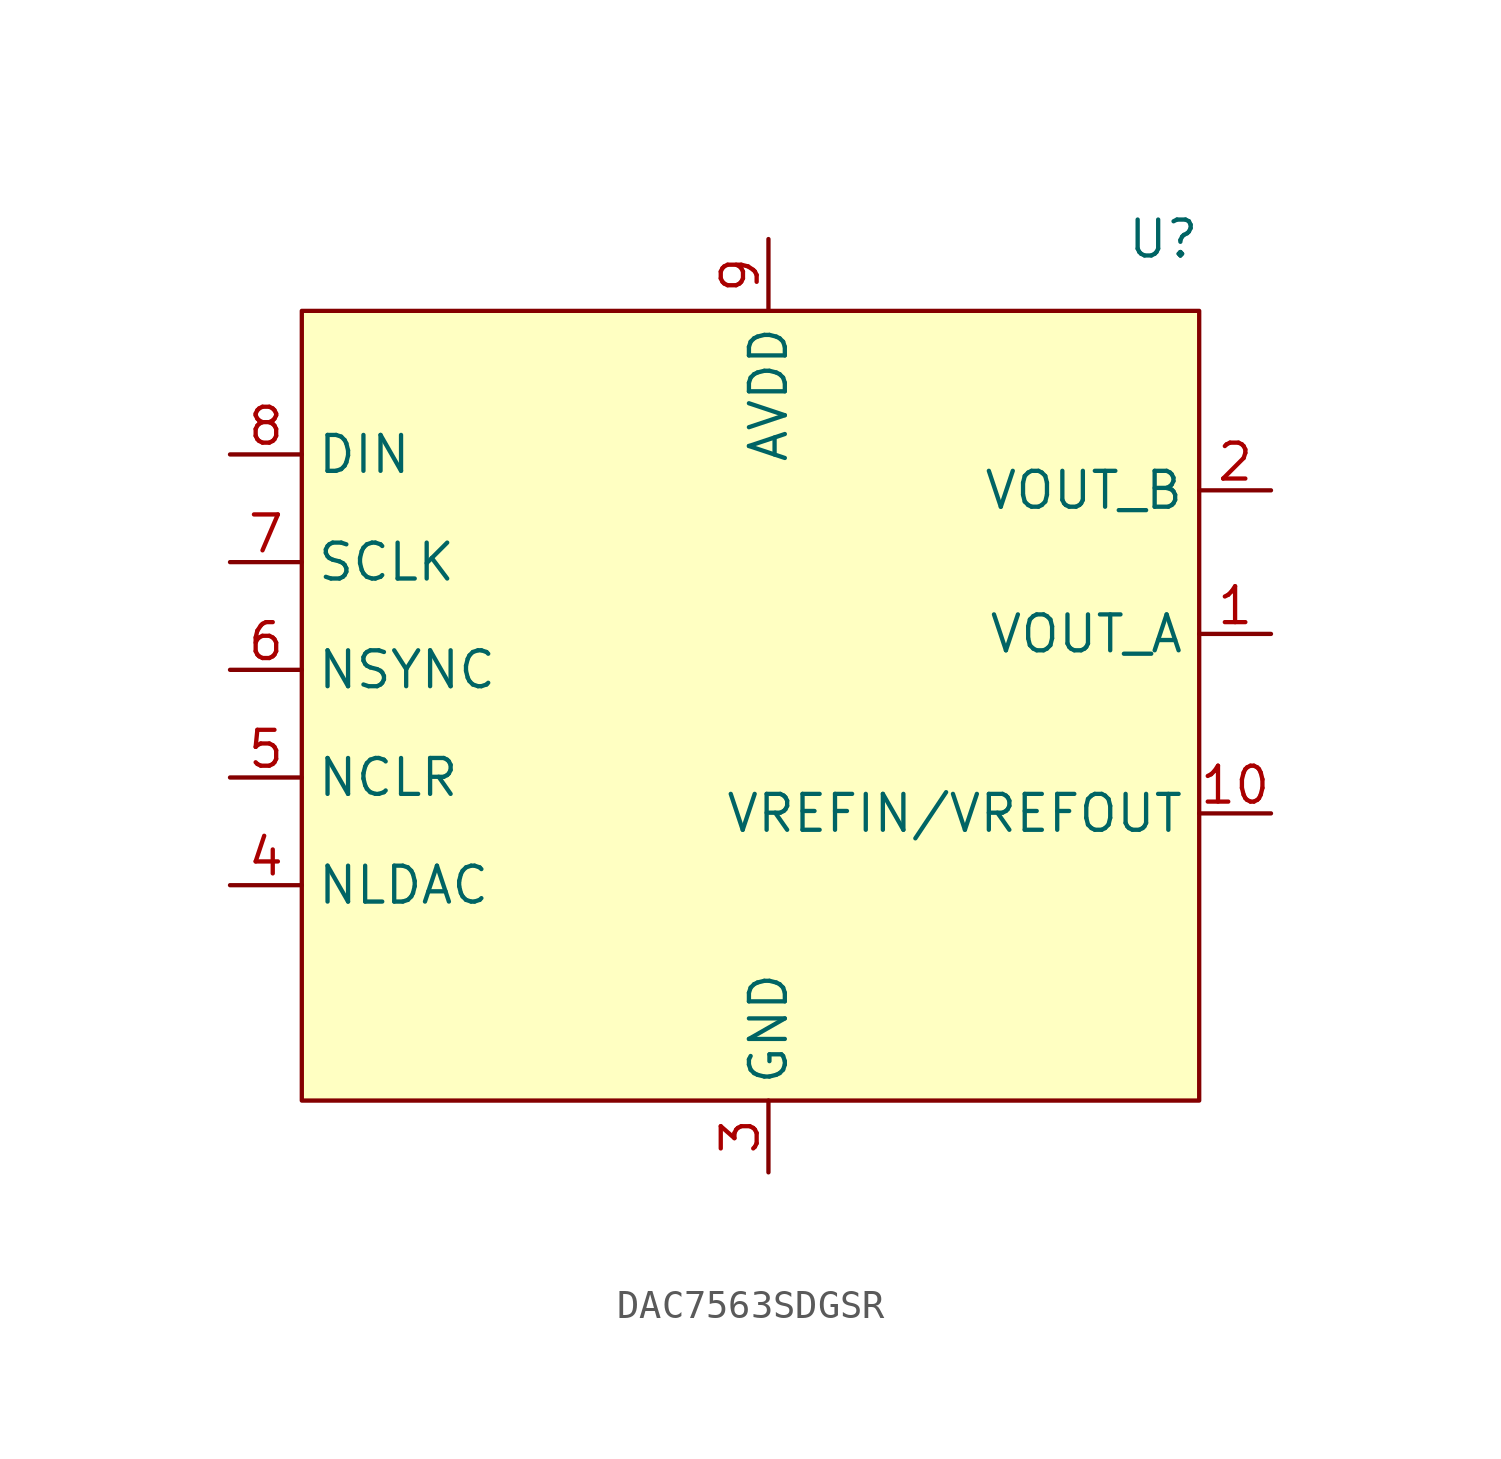
<source format=kicad_sym>
(kicad_symbol_lib
  (version 20241209)
  (generator "kicad_symbol_editor")
  (generator_version "9.0")
  (symbol "DAC7563SDGSR"
    (property "Reference" "U"
      (at 20.32 24.13 0)
      (effects (font (size 1.27 1.27))))
    (property "Value" ""
      (at 0 0 0)
      (effects (font (size 1.27 1.27))))
    (symbol "DAC7563SDGSR_0_0"
      (pin input line (at -12.7 12.7 0) (length 2.54) (name "SCLK" (effects (font (size 1.27 1.27)))) (number "7" (effects (font (size 1.27 1.27)))))
      (pin input line (at -12.7 8.89 0) (length 2.54) (name "NSYNC" (effects (font (size 1.27 1.27)))) (number "6" (effects (font (size 1.27 1.27)))))
      (pin input line (at -12.7 5.08 0) (length 2.54) (name "NCLR" (effects (font (size 1.27 1.27)))) (number "5" (effects (font (size 1.27 1.27)))))
      (pin input line (at -12.7 1.27 0) (length 2.54) (name "NLDAC" (effects (font (size 1.27 1.27)))) (number "4" (effects (font (size 1.27 1.27)))))
      (pin output line (at 24.13 15.24 180) (length 2.54) (name "VOUT_B" (effects (font (size 1.27 1.27)))) (number "2" (effects (font (size 1.27 1.27)))))
      (pin output line (at 24.13 10.16 180) (length 2.54) (name "VOUT_A" (effects (font (size 1.27 1.27)))) (number "1" (effects (font (size 1.27 1.27)))))
      (pin bidirectional line (at 24.13 3.81 180) (length 2.54) (name "VREFIN/VREFOUT" (effects (font (size 1.27 1.27)))) (number "10" (effects (font (size 1.27 1.27))))))
    (symbol "DAC7563SDGSR_1_0"
      (pin input line (at -12.7 16.51 0) (length 2.54) (name "DIN" (effects (font (size 1.27 1.27)))) (number "8" (effects (font (size 1.27 1.27)))))
      (pin power_in line (at 6.35 24.13 270) (length 2.54) (name "AVDD" (effects (font (size 1.27 1.27)))) (number "9" (effects (font (size 1.27 1.27)))))
      (pin power_in line (at 6.35 -8.89 90) (length 2.54) (name "GND" (effects (font (size 1.27 1.27)))) (number "3" (effects (font (size 1.27 1.27))))))
    (symbol "DAC7563SDGSR_1_1"
      (rectangle (start -10.16 21.59) (end 21.59 -6.35) (stroke (width 0) (type solid)) (fill (type background))))))
</source>
